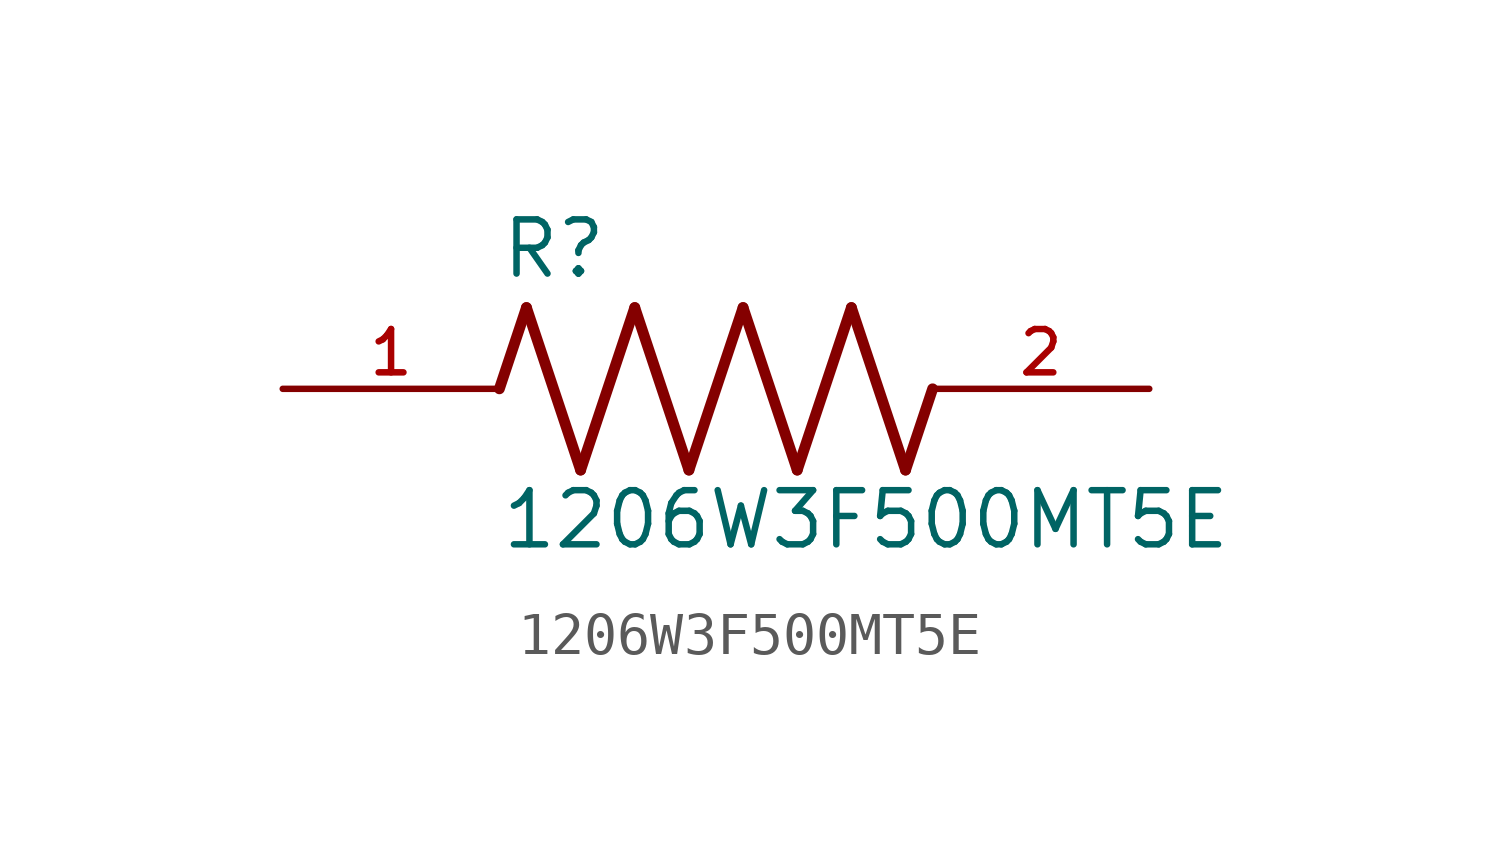
<source format=kicad_sym>
(kicad_symbol_lib
  (version 20211014)
  (generator kicad_symbol_editor)
  (symbol "1206W3F500MT5E"
    (pin_names
      (offset 1.016))
    (property "Reference" "R"
      (at -5.08 2.54 0)
      (effects (font (size 1.27 1.27)) (justify bottom left)))
    (property "Value" "1206W3F500MT5E"
      (at -5.08 -3.81 0)
      (effects (font (size 1.27 1.27)) (justify bottom left)))
    (symbol "1206W3F500MT5E_0_0"
      (polyline (pts (xy -5.08 0.0) (xy -4.445 1.905)) (stroke (width 0.254)))
      (polyline (pts (xy -4.445 1.905) (xy -3.175 -1.905)) (stroke (width 0.254)))
      (polyline (pts (xy -3.175 -1.905) (xy -1.905 1.905)) (stroke (width 0.254)))
      (polyline (pts (xy -1.905 1.905) (xy -0.635 -1.905)) (stroke (width 0.254)))
      (polyline (pts (xy -0.635 -1.905) (xy 0.635 1.905)) (stroke (width 0.254)))
      (polyline (pts (xy 0.635 1.905) (xy 1.905 -1.905)) (stroke (width 0.254)))
      (polyline (pts (xy 1.905 -1.905) (xy 3.175 1.905)) (stroke (width 0.254)))
      (polyline (pts (xy 3.175 1.905) (xy 4.445 -1.905)) (stroke (width 0.254)))
      (polyline (pts (xy 4.445 -1.905) (xy 5.08 0.0)) (stroke (width 0.254)))
      (pin passive line (at -10.16 0.0 0) (length 5.08) (name "~" (effects (font (size 1.016 1.016)))) (number "1" (effects (font (size 1.016 1.016)))))
      (pin passive line (at 10.16 0.0 180.0) (length 5.08) (name "~" (effects (font (size 1.016 1.016)))) (number "2" (effects (font (size 1.016 1.016))))))))
</source>
